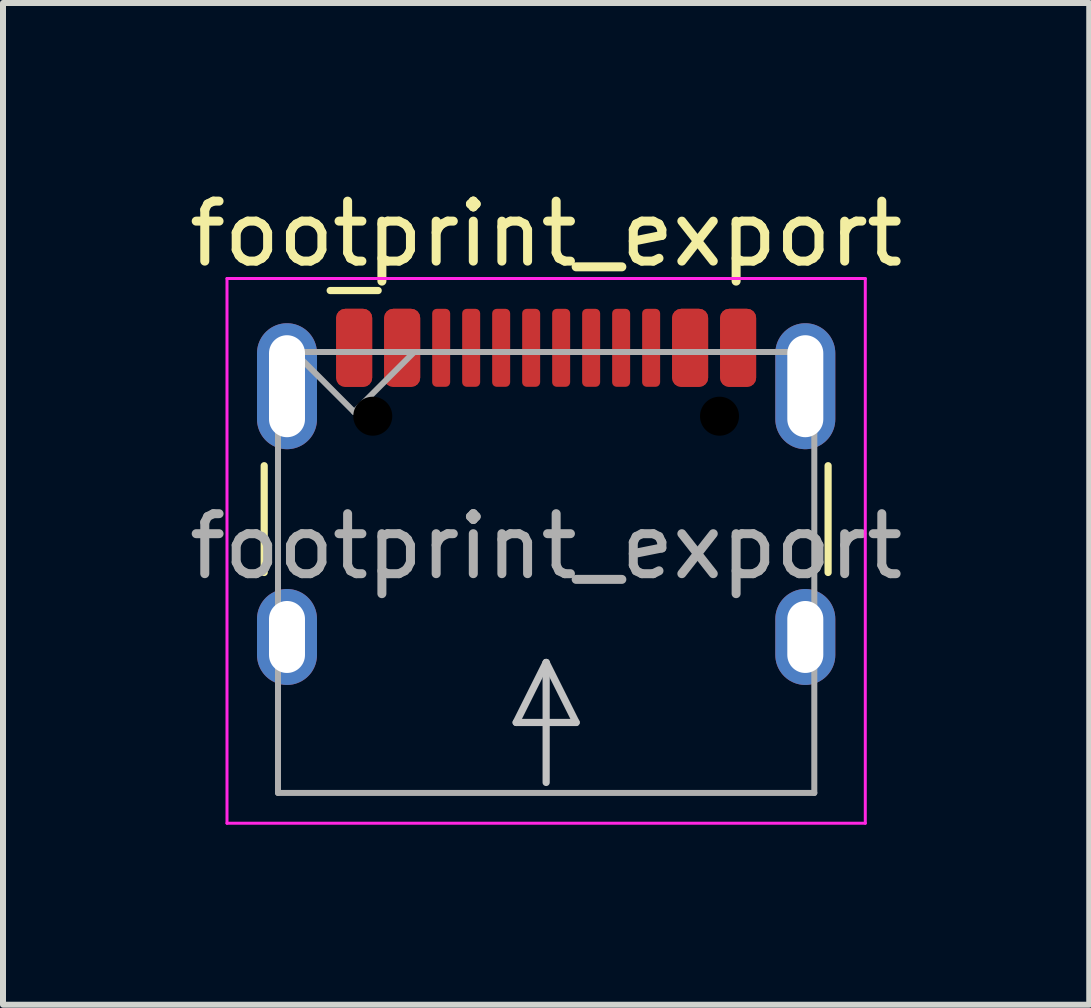
<source format=kicad_pcb>
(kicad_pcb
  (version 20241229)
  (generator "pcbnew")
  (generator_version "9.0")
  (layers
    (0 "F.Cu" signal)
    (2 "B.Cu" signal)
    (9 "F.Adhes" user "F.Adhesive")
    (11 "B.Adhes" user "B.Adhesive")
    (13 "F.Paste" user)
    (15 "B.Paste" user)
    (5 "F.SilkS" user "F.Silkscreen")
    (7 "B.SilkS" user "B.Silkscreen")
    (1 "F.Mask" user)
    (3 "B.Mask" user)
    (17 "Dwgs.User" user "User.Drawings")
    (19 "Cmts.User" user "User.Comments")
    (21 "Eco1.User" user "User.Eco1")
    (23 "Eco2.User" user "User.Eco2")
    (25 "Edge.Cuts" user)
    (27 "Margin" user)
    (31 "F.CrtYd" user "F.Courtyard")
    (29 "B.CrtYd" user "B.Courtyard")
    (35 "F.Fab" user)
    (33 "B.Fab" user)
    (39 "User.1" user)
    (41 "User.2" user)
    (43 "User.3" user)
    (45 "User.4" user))
  (footprint "footprint_export"
    (layer "F.Cu")
    (at 6.054 6.493)
    (property "Reference" "footprint_export" (at 0 -5.645 0) (layer "F.SilkS") (effects (font (size 1 1) (thickness 0.15))))
    (attr smd)
    (fp_line (start -4.7 -1.78) (end -4.7 0) (stroke (width 0.12) (type solid)) (layer "F.SilkS"))
    (fp_line (start -2.8 -4.7) (end -3.6 -4.7) (stroke (width 0.12) (type default)) (layer "F.SilkS"))
    (fp_line (start 4.7 -1.78) (end 4.7 0) (stroke (width 0.12) (type solid)) (layer "F.SilkS"))
    (fp_line (start -0.5 2.5) (end 0 1.5) (stroke (width 0.12) (type default)) (layer "Dwgs.User"))
    (fp_line (start 0 1.5) (end 0.5 2.5) (stroke (width 0.12) (type default)) (layer "Dwgs.User"))
    (fp_line (start 0 3.5) (end 0 1.5) (stroke (width 0.12) (type default)) (layer "Dwgs.User"))
    (fp_line (start 0.5 2.5) (end -0.5 2.5) (stroke (width 0.12) (type default)) (layer "Dwgs.User"))
    (fp_line (start -5.32 -4.9) (end -5.32 4.18) (stroke (width 0.05) (type solid)) (layer "F.CrtYd"))
    (fp_line (start -5.32 -4.9) (end 5.32 -4.9) (stroke (width 0.05) (type solid)) (layer "F.CrtYd"))
    (fp_line (start -5.32 4.18) (end 5.32 4.18) (stroke (width 0.05) (type solid)) (layer "F.CrtYd"))
    (fp_line (start 5.32 -4.9) (end 5.32 4.18) (stroke (width 0.05) (type solid)) (layer "F.CrtYd"))
    (fp_line (start -4.47 -3.675) (end -4.47 3.675) (stroke (width 0.1) (type solid)) (layer "F.Fab"))
    (fp_line (start -4.47 -3.675) (end 4.47 -3.675) (stroke (width 0.1) (type solid)) (layer "F.Fab"))
    (fp_line (start -4.47 3.675) (end 4.47 3.675) (stroke (width 0.1) (type solid)) (layer "F.Fab"))
    (fp_line (start -3.2 -2.675) (end -4.2 -3.675) (stroke (width 0.1) (type default)) (layer "F.Fab"))
    (fp_line (start -3.2 -2.675) (end -2.2 -3.675) (stroke (width 0.1) (type default)) (layer "F.Fab"))
    (fp_line (start 4.47 -3.675) (end 4.47 3.675) (stroke (width 0.1) (type solid)) (layer "F.Fab"))
    (fp_text user "${REFERENCE}" (at 0 -0.435 0) (unlocked yes) (layer "F.Fab") (effects (font (size 1 1) (thickness 0.15))))
    (pad "" np_thru_hole circle (at -2.89 -2.605) (size 0.65 0.65) (drill 0.65) (layers "*.Mask"))
    (pad "" np_thru_hole circle (at 2.89 -2.605) (size 0.65 0.65) (drill 0.65) (layers "*.Mask"))
    (pad "A1" smd roundrect (at -3.2 -3.745) (size 0.6 1.3) (layers "F.Cu" "F.Mask" "F.Paste") (roundrect_rratio 0.25))
    (pad "A4" smd roundrect (at -2.4 -3.745) (size 0.6 1.3) (layers "F.Cu" "F.Mask" "F.Paste") (roundrect_rratio 0.25))
    (pad "A5" smd roundrect (at -1.25 -3.745) (size 0.3 1.3) (layers "F.Cu" "F.Mask" "F.Paste") (roundrect_rratio 0.25))
    (pad "A6" smd roundrect (at -0.25 -3.745) (size 0.3 1.3) (layers "F.Cu" "F.Mask" "F.Paste") (roundrect_rratio 0.25))
    (pad "A7" smd roundrect (at 0.25 -3.745) (size 0.3 1.3) (layers "F.Cu" "F.Mask" "F.Paste") (roundrect_rratio 0.25))
    (pad "A8" smd roundrect (at 1.25 -3.745) (size 0.3 1.3) (layers "F.Cu" "F.Mask" "F.Paste") (roundrect_rratio 0.25))
    (pad "A9" smd roundrect (at 2.4 -3.745) (size 0.6 1.3) (layers "F.Cu" "F.Mask" "F.Paste") (roundrect_rratio 0.25))
    (pad "A12" smd roundrect (at 3.2 -3.745) (size 0.6 1.3) (layers "F.Cu" "F.Mask" "F.Paste") (roundrect_rratio 0.25))
    (pad "B1" smd roundrect (at 3.2 -3.745) (size 0.6 1.3) (layers "F.Cu" "F.Mask" "F.Paste") (roundrect_rratio 0.25))
    (pad "B4" smd roundrect (at 2.4 -3.745) (size 0.6 1.3) (layers "F.Cu" "F.Mask" "F.Paste") (roundrect_rratio 0.25))
    (pad "B5" smd roundrect (at 1.75 -3.745) (size 0.3 1.3) (layers "F.Cu" "F.Mask" "F.Paste") (roundrect_rratio 0.25))
    (pad "B6" smd roundrect (at 0.75 -3.745) (size 0.3 1.3) (layers "F.Cu" "F.Mask" "F.Paste") (roundrect_rratio 0.25))
    (pad "B7" smd roundrect (at -0.75 -3.745) (size 0.3 1.3) (layers "F.Cu" "F.Mask" "F.Paste") (roundrect_rratio 0.25))
    (pad "B8" smd roundrect (at -1.75 -3.745) (size 0.3 1.3) (layers "F.Cu" "F.Mask" "F.Paste") (roundrect_rratio 0.25))
    (pad "B9" smd roundrect (at -2.4 -3.745) (size 0.6 1.3) (layers "F.Cu" "F.Mask" "F.Paste") (roundrect_rratio 0.25))
    (pad "B12" smd roundrect (at -3.2 -3.745) (size 0.6 1.3) (layers "F.Cu" "F.Mask" "F.Paste") (roundrect_rratio 0.25))
    (pad "S1" thru_hole oval (at -4.32 -3.105) (size 1 2.1) (drill oval 0.6 1.7) (layers "*.Cu" "*.Mask"))
    (pad "S1" thru_hole oval (at -4.32 1.075) (size 1 1.6) (drill oval 0.6 1.2) (layers "*.Cu" "*.Mask"))
    (pad "S1" thru_hole oval (at 4.32 -3.105) (size 1 2.1) (drill oval 0.6 1.7) (layers "*.Cu" "*.Mask"))
    (pad "S1" thru_hole oval (at 4.32 1.075) (size 1 1.6) (drill oval 0.6 1.2) (layers "*.Cu" "*.Mask")))
  (gr_rect
    (start -3 -3)
    (end 15.107 13.698)
    (stroke (width 0.1) (type default))
    (fill no)
    (layer "Edge.Cuts")))
</source>
